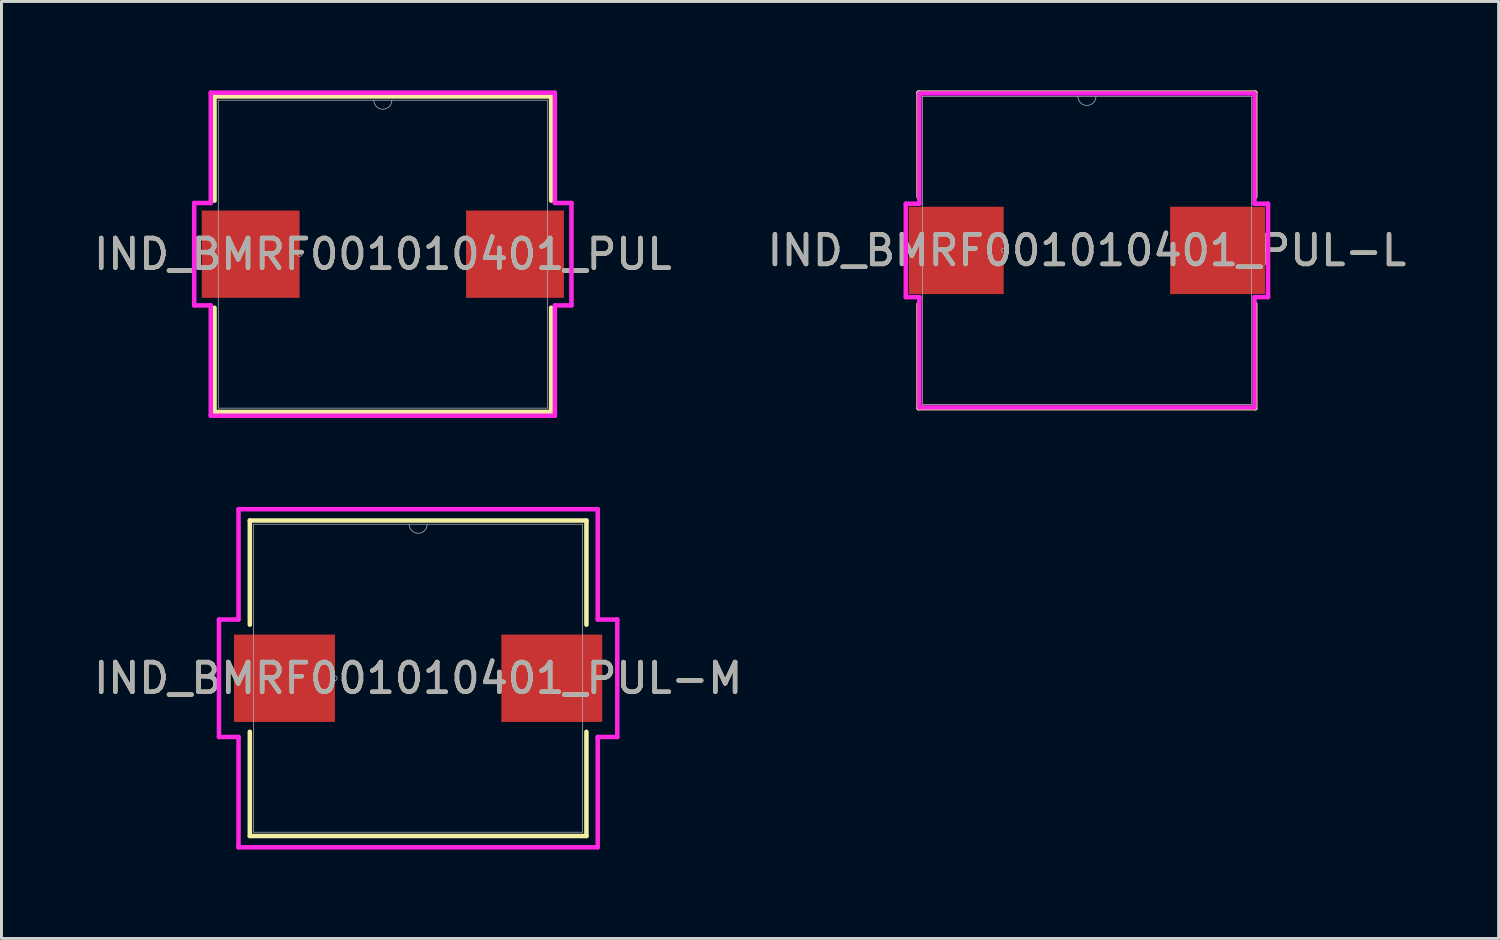
<source format=kicad_pcb>
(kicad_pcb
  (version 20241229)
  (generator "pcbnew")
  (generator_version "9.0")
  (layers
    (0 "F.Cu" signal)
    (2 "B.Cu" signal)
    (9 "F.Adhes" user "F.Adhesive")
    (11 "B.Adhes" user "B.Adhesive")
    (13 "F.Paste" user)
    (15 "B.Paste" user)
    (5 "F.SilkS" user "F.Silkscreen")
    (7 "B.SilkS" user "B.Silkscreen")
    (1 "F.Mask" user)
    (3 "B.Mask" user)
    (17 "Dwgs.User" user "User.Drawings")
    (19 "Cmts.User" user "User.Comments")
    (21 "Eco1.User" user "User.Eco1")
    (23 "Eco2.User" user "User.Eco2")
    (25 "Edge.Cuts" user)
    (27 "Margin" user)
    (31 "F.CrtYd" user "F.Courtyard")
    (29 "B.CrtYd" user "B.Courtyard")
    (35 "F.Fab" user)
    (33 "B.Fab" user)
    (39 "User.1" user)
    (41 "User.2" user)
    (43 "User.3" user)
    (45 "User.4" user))
  (footprint "IND_BMRF001010401_PUL-M"
    (layer "F.Cu")
    (at 11.054 19.828)
    (property "Reference" "IND_BMRF001010401_PUL-M" (at 0 0 0) (unlocked yes) (layer "F.SilkS") (effects (font (size 1 1) (thickness 0.15))))
    (attr smd)
    (fp_line (start -5.677 -5.321) (end -5.677 -1.806) (stroke (width 0.152) (type solid)) (layer "F.SilkS"))
    (fp_line (start -5.677 1.806) (end -5.677 5.321) (stroke (width 0.152) (type solid)) (layer "F.SilkS"))
    (fp_line (start -5.677 5.321) (end 5.677 5.321) (stroke (width 0.152) (type solid)) (layer "F.SilkS"))
    (fp_line (start 5.677 -5.321) (end -5.677 -5.321) (stroke (width 0.152) (type solid)) (layer "F.SilkS"))
    (fp_line (start 5.677 -1.806) (end 5.677 -5.321) (stroke (width 0.152) (type solid)) (layer "F.SilkS"))
    (fp_line (start 5.677 5.321) (end 5.677 1.806) (stroke (width 0.152) (type solid)) (layer "F.SilkS"))
    (fp_line (start -6.718 -1.981) (end -6.058 -1.981) (stroke (width 0.152) (type solid)) (layer "F.CrtYd"))
    (fp_line (start -6.718 1.981) (end -6.718 -1.981) (stroke (width 0.152) (type solid)) (layer "F.CrtYd"))
    (fp_line (start -6.718 1.981) (end -6.058 1.981) (stroke (width 0.152) (type solid)) (layer "F.CrtYd"))
    (fp_line (start -6.058 -5.702) (end 6.058 -5.702) (stroke (width 0.152) (type solid)) (layer "F.CrtYd"))
    (fp_line (start -6.058 -1.981) (end -6.058 -5.702) (stroke (width 0.152) (type solid)) (layer "F.CrtYd"))
    (fp_line (start -6.058 5.702) (end -6.058 1.981) (stroke (width 0.152) (type solid)) (layer "F.CrtYd"))
    (fp_line (start 6.058 -5.702) (end 6.058 -1.981) (stroke (width 0.152) (type solid)) (layer "F.CrtYd"))
    (fp_line (start 6.058 1.981) (end 6.058 5.702) (stroke (width 0.152) (type solid)) (layer "F.CrtYd"))
    (fp_line (start 6.058 5.702) (end -6.058 5.702) (stroke (width 0.152) (type solid)) (layer "F.CrtYd"))
    (fp_line (start 6.718 -1.981) (end 6.058 -1.981) (stroke (width 0.152) (type solid)) (layer "F.CrtYd"))
    (fp_line (start 6.718 -1.981) (end 6.718 1.981) (stroke (width 0.152) (type solid)) (layer "F.CrtYd"))
    (fp_line (start 6.718 1.981) (end 6.058 1.981) (stroke (width 0.152) (type solid)) (layer "F.CrtYd"))
    (fp_line (start -5.55 -5.194) (end -5.55 5.194) (stroke (width 0.025) (type solid)) (layer "F.Fab"))
    (fp_line (start -5.55 5.194) (end 5.55 5.194) (stroke (width 0.025) (type solid)) (layer "F.Fab"))
    (fp_line (start 5.55 -5.194) (end -5.55 -5.194) (stroke (width 0.025) (type solid)) (layer "F.Fab"))
    (fp_line (start 5.55 5.194) (end 5.55 -5.194) (stroke (width 0.025) (type solid)) (layer "F.Fab"))
    (fp_arc (start 0.3048 -5.1943) (mid 0 -4.8895) (end -0.3048 -5.1943) (stroke (width 0.0254) (type solid)) (layer "F.Fab"))
    (fp_circle (center -2.807 0) (end -2.731 0) (stroke (width 0.025) (type solid)) (fill no) (layer "F.Fab"))
    (fp_text user "${REFERENCE}" (at 0 0 0) (unlocked yes) (layer "F.Fab") (effects (font (size 1 1) (thickness 0.15))))
    (pad "1" smd rect (at -4.508 0) (size 3.404 2.946) (layers "F.Cu" "F.Mask" "F.Paste"))
    (pad "2" smd rect (at 4.508 0) (size 3.404 2.946) (layers "F.Cu" "F.Mask" "F.Paste")))
  (footprint "IND_BMRF001010401_PUL"
    (layer "F.Cu")
    (at 9.863 5.524)
    (property "Reference" "IND_BMRF001010401_PUL" (at 0 0 0) (unlocked yes) (layer "F.SilkS") (effects (font (size 1 1) (thickness 0.15))))
    (attr smd)
    (fp_line (start -5.677 -5.321) (end -5.677 -1.806) (stroke (width 0.152) (type solid)) (layer "F.SilkS"))
    (fp_line (start -5.677 1.806) (end -5.677 5.321) (stroke (width 0.152) (type solid)) (layer "F.SilkS"))
    (fp_line (start -5.677 5.321) (end 5.677 5.321) (stroke (width 0.152) (type solid)) (layer "F.SilkS"))
    (fp_line (start 5.677 -5.321) (end -5.677 -5.321) (stroke (width 0.152) (type solid)) (layer "F.SilkS"))
    (fp_line (start 5.677 -1.806) (end 5.677 -5.321) (stroke (width 0.152) (type solid)) (layer "F.SilkS"))
    (fp_line (start 5.677 5.321) (end 5.677 1.806) (stroke (width 0.152) (type solid)) (layer "F.SilkS"))
    (fp_line (start -6.363 -1.727) (end -5.804 -1.727) (stroke (width 0.152) (type solid)) (layer "F.CrtYd"))
    (fp_line (start -6.363 1.727) (end -6.363 -1.727) (stroke (width 0.152) (type solid)) (layer "F.CrtYd"))
    (fp_line (start -6.363 1.727) (end -5.804 1.727) (stroke (width 0.152) (type solid)) (layer "F.CrtYd"))
    (fp_line (start -5.804 -5.448) (end 5.804 -5.448) (stroke (width 0.152) (type solid)) (layer "F.CrtYd"))
    (fp_line (start -5.804 -1.727) (end -5.804 -5.448) (stroke (width 0.152) (type solid)) (layer "F.CrtYd"))
    (fp_line (start -5.804 5.448) (end -5.804 1.727) (stroke (width 0.152) (type solid)) (layer "F.CrtYd"))
    (fp_line (start 5.804 -5.448) (end 5.804 -1.727) (stroke (width 0.152) (type solid)) (layer "F.CrtYd"))
    (fp_line (start 5.804 1.727) (end 5.804 5.448) (stroke (width 0.152) (type solid)) (layer "F.CrtYd"))
    (fp_line (start 5.804 5.448) (end -5.804 5.448) (stroke (width 0.152) (type solid)) (layer "F.CrtYd"))
    (fp_line (start 6.363 -1.727) (end 5.804 -1.727) (stroke (width 0.152) (type solid)) (layer "F.CrtYd"))
    (fp_line (start 6.363 -1.727) (end 6.363 1.727) (stroke (width 0.152) (type solid)) (layer "F.CrtYd"))
    (fp_line (start 6.363 1.727) (end 5.804 1.727) (stroke (width 0.152) (type solid)) (layer "F.CrtYd"))
    (fp_line (start -5.55 -5.194) (end -5.55 5.194) (stroke (width 0.025) (type solid)) (layer "F.Fab"))
    (fp_line (start -5.55 5.194) (end 5.55 5.194) (stroke (width 0.025) (type solid)) (layer "F.Fab"))
    (fp_line (start 5.55 -5.194) (end -5.55 -5.194) (stroke (width 0.025) (type solid)) (layer "F.Fab"))
    (fp_line (start 5.55 5.194) (end 5.55 -5.194) (stroke (width 0.025) (type solid)) (layer "F.Fab"))
    (fp_arc (start 0.3048 -5.1943) (mid 0 -4.8895) (end -0.3048 -5.1943) (stroke (width 0.0254) (type solid)) (layer "F.Fab"))
    (fp_circle (center -2.807 0) (end -2.731 0) (stroke (width 0.025) (type solid)) (fill no) (layer "F.Fab"))
    (fp_text user "${REFERENCE}" (at 0 0 0) (unlocked yes) (layer "F.Fab") (effects (font (size 1 1) (thickness 0.15))))
    (pad "1" smd rect (at -4.458 0) (size 3.302 2.946) (layers "F.Cu" "F.Mask" "F.Paste"))
    (pad "2" smd rect (at 4.458 0) (size 3.302 2.946) (layers "F.Cu" "F.Mask" "F.Paste")))
  (footprint "IND_BMRF001010401_PUL-L"
    (layer "F.Cu")
    (at 33.613 5.397)
    (property "Reference" "IND_BMRF001010401_PUL-L" (at 0 0 0) (unlocked yes) (layer "F.SilkS") (effects (font (size 1 1) (thickness 0.15))))
    (attr smd)
    (fp_line (start -5.677 -5.321) (end -5.677 -1.806) (stroke (width 0.152) (type solid)) (layer "F.SilkS"))
    (fp_line (start -5.677 1.806) (end -5.677 5.321) (stroke (width 0.152) (type solid)) (layer "F.SilkS"))
    (fp_line (start -5.677 5.321) (end 5.677 5.321) (stroke (width 0.152) (type solid)) (layer "F.SilkS"))
    (fp_line (start 5.677 -5.321) (end -5.677 -5.321) (stroke (width 0.152) (type solid)) (layer "F.SilkS"))
    (fp_line (start 5.677 -1.806) (end 5.677 -5.321) (stroke (width 0.152) (type solid)) (layer "F.SilkS"))
    (fp_line (start 5.677 5.321) (end 5.677 1.806) (stroke (width 0.152) (type solid)) (layer "F.SilkS"))
    (fp_line (start -6.109 -1.575) (end -5.652 -1.575) (stroke (width 0.152) (type solid)) (layer "F.CrtYd"))
    (fp_line (start -6.109 1.575) (end -6.109 -1.575) (stroke (width 0.152) (type solid)) (layer "F.CrtYd"))
    (fp_line (start -6.109 1.575) (end -5.652 1.575) (stroke (width 0.152) (type solid)) (layer "F.CrtYd"))
    (fp_line (start -5.652 -5.296) (end 5.652 -5.296) (stroke (width 0.152) (type solid)) (layer "F.CrtYd"))
    (fp_line (start -5.652 -1.575) (end -5.652 -5.296) (stroke (width 0.152) (type solid)) (layer "F.CrtYd"))
    (fp_line (start -5.652 5.296) (end -5.652 1.575) (stroke (width 0.152) (type solid)) (layer "F.CrtYd"))
    (fp_line (start 5.652 -5.296) (end 5.652 -1.575) (stroke (width 0.152) (type solid)) (layer "F.CrtYd"))
    (fp_line (start 5.652 1.575) (end 5.652 5.296) (stroke (width 0.152) (type solid)) (layer "F.CrtYd"))
    (fp_line (start 5.652 5.296) (end -5.652 5.296) (stroke (width 0.152) (type solid)) (layer "F.CrtYd"))
    (fp_line (start 6.109 -1.575) (end 5.652 -1.575) (stroke (width 0.152) (type solid)) (layer "F.CrtYd"))
    (fp_line (start 6.109 -1.575) (end 6.109 1.575) (stroke (width 0.152) (type solid)) (layer "F.CrtYd"))
    (fp_line (start 6.109 1.575) (end 5.652 1.575) (stroke (width 0.152) (type solid)) (layer "F.CrtYd"))
    (fp_line (start -5.55 -5.194) (end -5.55 5.194) (stroke (width 0.025) (type solid)) (layer "F.Fab"))
    (fp_line (start -5.55 5.194) (end 5.55 5.194) (stroke (width 0.025) (type solid)) (layer "F.Fab"))
    (fp_line (start 5.55 -5.194) (end -5.55 -5.194) (stroke (width 0.025) (type solid)) (layer "F.Fab"))
    (fp_line (start 5.55 5.194) (end 5.55 -5.194) (stroke (width 0.025) (type solid)) (layer "F.Fab"))
    (fp_arc (start 0.3048 -5.1943) (mid 0 -4.8895) (end -0.3048 -5.1943) (stroke (width 0.0254) (type solid)) (layer "F.Fab"))
    (fp_circle (center -2.807 0) (end -2.731 0) (stroke (width 0.025) (type solid)) (fill no) (layer "F.Fab"))
    (fp_text user "${REFERENCE}" (at 0 0 0) (unlocked yes) (layer "F.Fab") (effects (font (size 1 1) (thickness 0.15))))
    (pad "1" smd rect (at -4.407 0) (size 3.2 2.946) (layers "F.Cu" "F.Mask" "F.Paste"))
    (pad "2" smd rect (at 4.407 0) (size 3.2 2.946) (layers "F.Cu" "F.Mask" "F.Paste")))
  (gr_rect
    (start -3 -3)
    (end 47.5 28.606)
    (stroke (width 0.1) (type default))
    (fill no)
    (layer "Edge.Cuts")))
</source>
